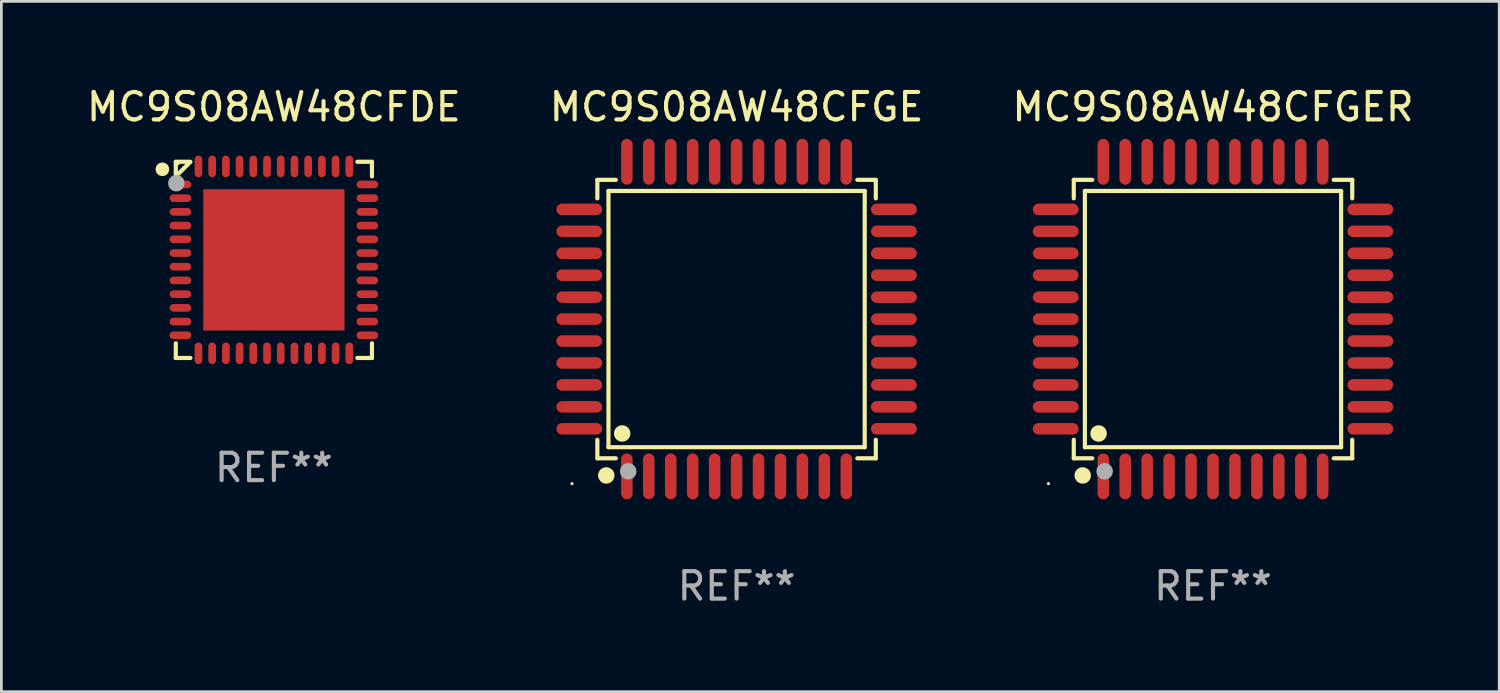
<source format=kicad_pcb>
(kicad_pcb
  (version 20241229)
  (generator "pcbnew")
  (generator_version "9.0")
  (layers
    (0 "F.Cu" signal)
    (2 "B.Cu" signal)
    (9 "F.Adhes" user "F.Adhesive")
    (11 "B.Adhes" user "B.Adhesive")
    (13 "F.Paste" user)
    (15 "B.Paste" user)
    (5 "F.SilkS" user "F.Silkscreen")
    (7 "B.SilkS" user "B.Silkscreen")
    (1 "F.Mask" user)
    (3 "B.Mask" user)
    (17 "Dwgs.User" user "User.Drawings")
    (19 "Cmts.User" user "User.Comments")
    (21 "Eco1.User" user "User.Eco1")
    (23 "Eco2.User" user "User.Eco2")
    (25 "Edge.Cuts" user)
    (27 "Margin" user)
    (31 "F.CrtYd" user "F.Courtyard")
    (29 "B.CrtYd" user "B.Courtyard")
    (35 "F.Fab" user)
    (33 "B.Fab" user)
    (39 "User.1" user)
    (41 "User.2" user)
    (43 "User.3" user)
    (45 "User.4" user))
  (footprint "MC9S08AW48CFGE"
    (layer "F.Cu")
    (at 23.804 8.583)
    (property "Reference" "MC9S08AW48CFGE" (at 0 -7.735 0) (layer "F.SilkS") (effects (font (size 1 1) (thickness 0.15))))
    (attr through_hole)
    (fp_line (start -5.076 -5.076) (end -4.401 -5.076) (stroke (width 0.152) (type solid)) (layer "F.SilkS"))
    (fp_line (start -5.076 -4.401) (end -5.076 -5.076) (stroke (width 0.152) (type solid)) (layer "F.SilkS"))
    (fp_line (start -5.076 4.401) (end -5.076 5.076) (stroke (width 0.152) (type solid)) (layer "F.SilkS"))
    (fp_line (start -5.076 5.076) (end -4.401 5.076) (stroke (width 0.152) (type solid)) (layer "F.SilkS"))
    (fp_line (start -4.671 -4.671) (end 4.671 -4.671) (stroke (width 0.152) (type solid)) (layer "F.SilkS"))
    (fp_line (start -4.671 4.671) (end -4.671 -4.671) (stroke (width 0.152) (type solid)) (layer "F.SilkS"))
    (fp_line (start 4.671 -4.671) (end 4.671 4.671) (stroke (width 0.152) (type solid)) (layer "F.SilkS"))
    (fp_line (start 4.671 4.671) (end -4.671 4.671) (stroke (width 0.152) (type solid)) (layer "F.SilkS"))
    (fp_line (start 5.076 -5.076) (end 4.401 -5.076) (stroke (width 0.152) (type solid)) (layer "F.SilkS"))
    (fp_line (start 5.076 -4.401) (end 5.076 -5.076) (stroke (width 0.152) (type solid)) (layer "F.SilkS"))
    (fp_line (start 5.076 4.401) (end 5.076 5.076) (stroke (width 0.152) (type solid)) (layer "F.SilkS"))
    (fp_line (start 5.076 5.076) (end 4.401 5.076) (stroke (width 0.152) (type solid)) (layer "F.SilkS"))
    (fp_circle (center -6 6) (end -5.97 6) (stroke (width 0.06) (type solid)) (fill no) (layer "F.SilkS"))
    (fp_circle (center -4.75 5.7) (end -4.6 5.7) (stroke (width 0.3) (type solid)) (fill no) (layer "F.SilkS"))
    (fp_circle (center -4.171 4.171) (end -4.021 4.171) (stroke (width 0.3) (type solid)) (fill no) (layer "F.SilkS"))
    (fp_circle (center -3.95 5.55) (end -3.8 5.55) (stroke (width 0.3) (type solid)) (fill no) (layer "F.Fab"))
    (fp_text user "REF**" (at 0 9.735 0) (layer "F.Fab") (effects (font (size 1 1) (thickness 0.15))))
    (pad "1" smd oval (at -4 5.735) (size 0.42 1.67) (layers "F.Cu" "F.Mask" "F.Paste"))
    (pad "2" smd oval (at -3.2 5.735) (size 0.42 1.67) (layers "F.Cu" "F.Mask" "F.Paste"))
    (pad "3" smd oval (at -2.4 5.735) (size 0.42 1.67) (layers "F.Cu" "F.Mask" "F.Paste"))
    (pad "4" smd oval (at -1.6 5.735) (size 0.42 1.67) (layers "F.Cu" "F.Mask" "F.Paste"))
    (pad "5" smd oval (at -0.8 5.735) (size 0.42 1.67) (layers "F.Cu" "F.Mask" "F.Paste"))
    (pad "6" smd oval (at 0 5.735) (size 0.42 1.67) (layers "F.Cu" "F.Mask" "F.Paste"))
    (pad "7" smd oval (at 0.8 5.735) (size 0.42 1.67) (layers "F.Cu" "F.Mask" "F.Paste"))
    (pad "8" smd oval (at 1.6 5.735) (size 0.42 1.67) (layers "F.Cu" "F.Mask" "F.Paste"))
    (pad "9" smd oval (at 2.4 5.735) (size 0.42 1.67) (layers "F.Cu" "F.Mask" "F.Paste"))
    (pad "10" smd oval (at 3.2 5.735) (size 0.42 1.67) (layers "F.Cu" "F.Mask" "F.Paste"))
    (pad "11" smd oval (at 4 5.735) (size 0.42 1.67) (layers "F.Cu" "F.Mask" "F.Paste"))
    (pad "12" smd oval (at 5.735 4) (size 1.67 0.42) (layers "F.Cu" "F.Mask" "F.Paste"))
    (pad "13" smd oval (at 5.735 3.2) (size 1.67 0.42) (layers "F.Cu" "F.Mask" "F.Paste"))
    (pad "14" smd oval (at 5.735 2.4) (size 1.67 0.42) (layers "F.Cu" "F.Mask" "F.Paste"))
    (pad "15" smd oval (at 5.735 1.6) (size 1.67 0.42) (layers "F.Cu" "F.Mask" "F.Paste"))
    (pad "16" smd oval (at 5.735 0.8) (size 1.67 0.42) (layers "F.Cu" "F.Mask" "F.Paste"))
    (pad "17" smd oval (at 5.735 0) (size 1.67 0.42) (layers "F.Cu" "F.Mask" "F.Paste"))
    (pad "18" smd oval (at 5.735 -0.8) (size 1.67 0.42) (layers "F.Cu" "F.Mask" "F.Paste"))
    (pad "19" smd oval (at 5.735 -1.6) (size 1.67 0.42) (layers "F.Cu" "F.Mask" "F.Paste"))
    (pad "20" smd oval (at 5.735 -2.4) (size 1.67 0.42) (layers "F.Cu" "F.Mask" "F.Paste"))
    (pad "21" smd oval (at 5.735 -3.2) (size 1.67 0.42) (layers "F.Cu" "F.Mask" "F.Paste"))
    (pad "22" smd oval (at 5.735 -4) (size 1.67 0.42) (layers "F.Cu" "F.Mask" "F.Paste"))
    (pad "23" smd oval (at 4 -5.735) (size 0.42 1.67) (layers "F.Cu" "F.Mask" "F.Paste"))
    (pad "24" smd oval (at 3.2 -5.735) (size 0.42 1.67) (layers "F.Cu" "F.Mask" "F.Paste"))
    (pad "25" smd oval (at 2.4 -5.735) (size 0.42 1.67) (layers "F.Cu" "F.Mask" "F.Paste"))
    (pad "26" smd oval (at 1.6 -5.735) (size 0.42 1.67) (layers "F.Cu" "F.Mask" "F.Paste"))
    (pad "27" smd oval (at 0.8 -5.735) (size 0.42 1.67) (layers "F.Cu" "F.Mask" "F.Paste"))
    (pad "28" smd oval (at 0 -5.735) (size 0.42 1.67) (layers "F.Cu" "F.Mask" "F.Paste"))
    (pad "29" smd oval (at -0.8 -5.735) (size 0.42 1.67) (layers "F.Cu" "F.Mask" "F.Paste"))
    (pad "30" smd oval (at -1.6 -5.735) (size 0.42 1.67) (layers "F.Cu" "F.Mask" "F.Paste"))
    (pad "31" smd oval (at -2.4 -5.735) (size 0.42 1.67) (layers "F.Cu" "F.Mask" "F.Paste"))
    (pad "32" smd oval (at -3.2 -5.735) (size 0.42 1.67) (layers "F.Cu" "F.Mask" "F.Paste"))
    (pad "33" smd oval (at -4 -5.735) (size 0.42 1.67) (layers "F.Cu" "F.Mask" "F.Paste"))
    (pad "34" smd oval (at -5.735 -4) (size 1.67 0.42) (layers "F.Cu" "F.Mask" "F.Paste"))
    (pad "35" smd oval (at -5.735 -3.2) (size 1.67 0.42) (layers "F.Cu" "F.Mask" "F.Paste"))
    (pad "36" smd oval (at -5.735 -2.4) (size 1.67 0.42) (layers "F.Cu" "F.Mask" "F.Paste"))
    (pad "37" smd oval (at -5.735 -1.6) (size 1.67 0.42) (layers "F.Cu" "F.Mask" "F.Paste"))
    (pad "38" smd oval (at -5.735 -0.8) (size 1.67 0.42) (layers "F.Cu" "F.Mask" "F.Paste"))
    (pad "39" smd oval (at -5.735 0) (size 1.67 0.42) (layers "F.Cu" "F.Mask" "F.Paste"))
    (pad "40" smd oval (at -5.735 0.8) (size 1.67 0.42) (layers "F.Cu" "F.Mask" "F.Paste"))
    (pad "41" smd oval (at -5.735 1.6) (size 1.67 0.42) (layers "F.Cu" "F.Mask" "F.Paste"))
    (pad "42" smd oval (at -5.735 2.4) (size 1.67 0.42) (layers "F.Cu" "F.Mask" "F.Paste"))
    (pad "43" smd oval (at -5.735 3.2) (size 1.67 0.42) (layers "F.Cu" "F.Mask" "F.Paste"))
    (pad "44" smd oval (at -5.735 4) (size 1.67 0.42) (layers "F.Cu" "F.Mask" "F.Paste")))
  (footprint "MC9S08AW48CFGER"
    (layer "F.Cu")
    (at 41.173 8.583)
    (property "Reference" "MC9S08AW48CFGER" (at 0 -7.735 0) (layer "F.SilkS") (effects (font (size 1 1) (thickness 0.15))))
    (attr through_hole)
    (fp_line (start -5.076 -5.076) (end -4.401 -5.076) (stroke (width 0.152) (type solid)) (layer "F.SilkS"))
    (fp_line (start -5.076 -4.401) (end -5.076 -5.076) (stroke (width 0.152) (type solid)) (layer "F.SilkS"))
    (fp_line (start -5.076 4.401) (end -5.076 5.076) (stroke (width 0.152) (type solid)) (layer "F.SilkS"))
    (fp_line (start -5.076 5.076) (end -4.401 5.076) (stroke (width 0.152) (type solid)) (layer "F.SilkS"))
    (fp_line (start -4.671 -4.671) (end 4.671 -4.671) (stroke (width 0.152) (type solid)) (layer "F.SilkS"))
    (fp_line (start -4.671 4.671) (end -4.671 -4.671) (stroke (width 0.152) (type solid)) (layer "F.SilkS"))
    (fp_line (start 4.671 -4.671) (end 4.671 4.671) (stroke (width 0.152) (type solid)) (layer "F.SilkS"))
    (fp_line (start 4.671 4.671) (end -4.671 4.671) (stroke (width 0.152) (type solid)) (layer "F.SilkS"))
    (fp_line (start 5.076 -5.076) (end 4.401 -5.076) (stroke (width 0.152) (type solid)) (layer "F.SilkS"))
    (fp_line (start 5.076 -4.401) (end 5.076 -5.076) (stroke (width 0.152) (type solid)) (layer "F.SilkS"))
    (fp_line (start 5.076 4.401) (end 5.076 5.076) (stroke (width 0.152) (type solid)) (layer "F.SilkS"))
    (fp_line (start 5.076 5.076) (end 4.401 5.076) (stroke (width 0.152) (type solid)) (layer "F.SilkS"))
    (fp_circle (center -6 6) (end -5.97 6) (stroke (width 0.06) (type solid)) (fill no) (layer "F.SilkS"))
    (fp_circle (center -4.75 5.7) (end -4.6 5.7) (stroke (width 0.3) (type solid)) (fill no) (layer "F.SilkS"))
    (fp_circle (center -4.171 4.171) (end -4.021 4.171) (stroke (width 0.3) (type solid)) (fill no) (layer "F.SilkS"))
    (fp_circle (center -3.95 5.55) (end -3.8 5.55) (stroke (width 0.3) (type solid)) (fill no) (layer "F.Fab"))
    (fp_text user "REF**" (at 0 9.735 0) (layer "F.Fab") (effects (font (size 1 1) (thickness 0.15))))
    (pad "1" smd oval (at -4 5.735) (size 0.42 1.67) (layers "F.Cu" "F.Mask" "F.Paste"))
    (pad "2" smd oval (at -3.2 5.735) (size 0.42 1.67) (layers "F.Cu" "F.Mask" "F.Paste"))
    (pad "3" smd oval (at -2.4 5.735) (size 0.42 1.67) (layers "F.Cu" "F.Mask" "F.Paste"))
    (pad "4" smd oval (at -1.6 5.735) (size 0.42 1.67) (layers "F.Cu" "F.Mask" "F.Paste"))
    (pad "5" smd oval (at -0.8 5.735) (size 0.42 1.67) (layers "F.Cu" "F.Mask" "F.Paste"))
    (pad "6" smd oval (at 0 5.735) (size 0.42 1.67) (layers "F.Cu" "F.Mask" "F.Paste"))
    (pad "7" smd oval (at 0.8 5.735) (size 0.42 1.67) (layers "F.Cu" "F.Mask" "F.Paste"))
    (pad "8" smd oval (at 1.6 5.735) (size 0.42 1.67) (layers "F.Cu" "F.Mask" "F.Paste"))
    (pad "9" smd oval (at 2.4 5.735) (size 0.42 1.67) (layers "F.Cu" "F.Mask" "F.Paste"))
    (pad "10" smd oval (at 3.2 5.735) (size 0.42 1.67) (layers "F.Cu" "F.Mask" "F.Paste"))
    (pad "11" smd oval (at 4 5.735) (size 0.42 1.67) (layers "F.Cu" "F.Mask" "F.Paste"))
    (pad "12" smd oval (at 5.735 4) (size 1.67 0.42) (layers "F.Cu" "F.Mask" "F.Paste"))
    (pad "13" smd oval (at 5.735 3.2) (size 1.67 0.42) (layers "F.Cu" "F.Mask" "F.Paste"))
    (pad "14" smd oval (at 5.735 2.4) (size 1.67 0.42) (layers "F.Cu" "F.Mask" "F.Paste"))
    (pad "15" smd oval (at 5.735 1.6) (size 1.67 0.42) (layers "F.Cu" "F.Mask" "F.Paste"))
    (pad "16" smd oval (at 5.735 0.8) (size 1.67 0.42) (layers "F.Cu" "F.Mask" "F.Paste"))
    (pad "17" smd oval (at 5.735 0) (size 1.67 0.42) (layers "F.Cu" "F.Mask" "F.Paste"))
    (pad "18" smd oval (at 5.735 -0.8) (size 1.67 0.42) (layers "F.Cu" "F.Mask" "F.Paste"))
    (pad "19" smd oval (at 5.735 -1.6) (size 1.67 0.42) (layers "F.Cu" "F.Mask" "F.Paste"))
    (pad "20" smd oval (at 5.735 -2.4) (size 1.67 0.42) (layers "F.Cu" "F.Mask" "F.Paste"))
    (pad "21" smd oval (at 5.735 -3.2) (size 1.67 0.42) (layers "F.Cu" "F.Mask" "F.Paste"))
    (pad "22" smd oval (at 5.735 -4) (size 1.67 0.42) (layers "F.Cu" "F.Mask" "F.Paste"))
    (pad "23" smd oval (at 4 -5.735) (size 0.42 1.67) (layers "F.Cu" "F.Mask" "F.Paste"))
    (pad "24" smd oval (at 3.2 -5.735) (size 0.42 1.67) (layers "F.Cu" "F.Mask" "F.Paste"))
    (pad "25" smd oval (at 2.4 -5.735) (size 0.42 1.67) (layers "F.Cu" "F.Mask" "F.Paste"))
    (pad "26" smd oval (at 1.6 -5.735) (size 0.42 1.67) (layers "F.Cu" "F.Mask" "F.Paste"))
    (pad "27" smd oval (at 0.8 -5.735) (size 0.42 1.67) (layers "F.Cu" "F.Mask" "F.Paste"))
    (pad "28" smd oval (at 0 -5.735) (size 0.42 1.67) (layers "F.Cu" "F.Mask" "F.Paste"))
    (pad "29" smd oval (at -0.8 -5.735) (size 0.42 1.67) (layers "F.Cu" "F.Mask" "F.Paste"))
    (pad "30" smd oval (at -1.6 -5.735) (size 0.42 1.67) (layers "F.Cu" "F.Mask" "F.Paste"))
    (pad "31" smd oval (at -2.4 -5.735) (size 0.42 1.67) (layers "F.Cu" "F.Mask" "F.Paste"))
    (pad "32" smd oval (at -3.2 -5.735) (size 0.42 1.67) (layers "F.Cu" "F.Mask" "F.Paste"))
    (pad "33" smd oval (at -4 -5.735) (size 0.42 1.67) (layers "F.Cu" "F.Mask" "F.Paste"))
    (pad "34" smd oval (at -5.735 -4) (size 1.67 0.42) (layers "F.Cu" "F.Mask" "F.Paste"))
    (pad "35" smd oval (at -5.735 -3.2) (size 1.67 0.42) (layers "F.Cu" "F.Mask" "F.Paste"))
    (pad "36" smd oval (at -5.735 -2.4) (size 1.67 0.42) (layers "F.Cu" "F.Mask" "F.Paste"))
    (pad "37" smd oval (at -5.735 -1.6) (size 1.67 0.42) (layers "F.Cu" "F.Mask" "F.Paste"))
    (pad "38" smd oval (at -5.735 -0.8) (size 1.67 0.42) (layers "F.Cu" "F.Mask" "F.Paste"))
    (pad "39" smd oval (at -5.735 0) (size 1.67 0.42) (layers "F.Cu" "F.Mask" "F.Paste"))
    (pad "40" smd oval (at -5.735 0.8) (size 1.67 0.42) (layers "F.Cu" "F.Mask" "F.Paste"))
    (pad "41" smd oval (at -5.735 1.6) (size 1.67 0.42) (layers "F.Cu" "F.Mask" "F.Paste"))
    (pad "42" smd oval (at -5.735 2.4) (size 1.67 0.42) (layers "F.Cu" "F.Mask" "F.Paste"))
    (pad "43" smd oval (at -5.735 3.2) (size 1.67 0.42) (layers "F.Cu" "F.Mask" "F.Paste"))
    (pad "44" smd oval (at -5.735 4) (size 1.67 0.42) (layers "F.Cu" "F.Mask" "F.Paste")))
  (footprint "MC9S08AW48CFDE"
    (layer "F.Cu")
    (at 6.935 6.424)
    (property "Reference" "MC9S08AW48CFDE" (at 0 -5.576 0) (layer "F.SilkS") (effects (font (size 1 1) (thickness 0.15))))
    (attr through_hole)
    (fp_line (start -3.576 -3.576) (end -3.042 -3.576) (stroke (width 0.152) (type solid)) (layer "F.SilkS"))
    (fp_line (start -3.576 -3.042) (end -3.576 -3.576) (stroke (width 0.152) (type solid)) (layer "F.SilkS"))
    (fp_line (start -3.576 3.042) (end -3.576 3.576) (stroke (width 0.152) (type solid)) (layer "F.SilkS"))
    (fp_line (start -3.576 3.576) (end -3.042 3.576) (stroke (width 0.152) (type solid)) (layer "F.SilkS"))
    (fp_line (start -3.069 -3.549) (end -3.549 -3.069) (stroke (width 0.152) (type solid)) (layer "F.SilkS"))
    (fp_line (start 3.576 -3.576) (end 3.042 -3.576) (stroke (width 0.152) (type solid)) (layer "F.SilkS"))
    (fp_line (start 3.576 -3.042) (end 3.576 -3.576) (stroke (width 0.152) (type solid)) (layer "F.SilkS"))
    (fp_line (start 3.576 3.042) (end 3.576 3.576) (stroke (width 0.152) (type solid)) (layer "F.SilkS"))
    (fp_line (start 3.576 3.576) (end 3.042 3.576) (stroke (width 0.152) (type solid)) (layer "F.SilkS"))
    (fp_circle (center -4.064 -3.302) (end -3.939 -3.302) (stroke (width 0.25) (type solid)) (fill no) (layer "F.SilkS"))
    (fp_circle (center -3.5 -3.5) (end -3.47 -3.5) (stroke (width 0.06) (type solid)) (fill no) (layer "F.SilkS"))
    (fp_circle (center -3.556 -2.794) (end -3.406 -2.794) (stroke (width 0.3) (type solid)) (fill no) (layer "F.Fab"))
    (fp_text user "REF**" (at 0 7.576 0) (layer "F.Fab") (effects (font (size 1 1) (thickness 0.15))))
    (pad "1" smd oval (at -3.407 -2.75) (size 0.79 0.28) (layers "F.Cu" "F.Mask" "F.Paste"))
    (pad "2" smd oval (at -3.407 -2.25) (size 0.79 0.28) (layers "F.Cu" "F.Mask" "F.Paste"))
    (pad "3" smd oval (at -3.407 -1.75) (size 0.79 0.28) (layers "F.Cu" "F.Mask" "F.Paste"))
    (pad "4" smd oval (at -3.407 -1.25) (size 0.79 0.28) (layers "F.Cu" "F.Mask" "F.Paste"))
    (pad "5" smd oval (at -3.407 -0.75) (size 0.79 0.28) (layers "F.Cu" "F.Mask" "F.Paste"))
    (pad "6" smd oval (at -3.407 -0.25) (size 0.79 0.28) (layers "F.Cu" "F.Mask" "F.Paste"))
    (pad "7" smd oval (at -3.407 0.25) (size 0.79 0.28) (layers "F.Cu" "F.Mask" "F.Paste"))
    (pad "8" smd oval (at -3.407 0.75) (size 0.79 0.28) (layers "F.Cu" "F.Mask" "F.Paste"))
    (pad "9" smd oval (at -3.407 1.25) (size 0.79 0.28) (layers "F.Cu" "F.Mask" "F.Paste"))
    (pad "10" smd oval (at -3.407 1.75) (size 0.79 0.28) (layers "F.Cu" "F.Mask" "F.Paste"))
    (pad "11" smd oval (at -3.407 2.25) (size 0.79 0.28) (layers "F.Cu" "F.Mask" "F.Paste"))
    (pad "12" smd oval (at -3.407 2.75) (size 0.79 0.28) (layers "F.Cu" "F.Mask" "F.Paste"))
    (pad "13" smd oval (at -2.75 3.407) (size 0.28 0.79) (layers "F.Cu" "F.Mask" "F.Paste"))
    (pad "14" smd oval (at -2.25 3.407) (size 0.28 0.79) (layers "F.Cu" "F.Mask" "F.Paste"))
    (pad "15" smd oval (at -1.75 3.407) (size 0.28 0.79) (layers "F.Cu" "F.Mask" "F.Paste"))
    (pad "16" smd oval (at -1.25 3.407) (size 0.28 0.79) (layers "F.Cu" "F.Mask" "F.Paste"))
    (pad "17" smd oval (at -0.75 3.407) (size 0.28 0.79) (layers "F.Cu" "F.Mask" "F.Paste"))
    (pad "18" smd oval (at -0.25 3.407) (size 0.28 0.79) (layers "F.Cu" "F.Mask" "F.Paste"))
    (pad "19" smd oval (at 0.25 3.407) (size 0.28 0.79) (layers "F.Cu" "F.Mask" "F.Paste"))
    (pad "20" smd oval (at 0.75 3.407) (size 0.28 0.79) (layers "F.Cu" "F.Mask" "F.Paste"))
    (pad "21" smd oval (at 1.25 3.407) (size 0.28 0.79) (layers "F.Cu" "F.Mask" "F.Paste"))
    (pad "22" smd oval (at 1.75 3.407) (size 0.28 0.79) (layers "F.Cu" "F.Mask" "F.Paste"))
    (pad "23" smd oval (at 2.25 3.407) (size 0.28 0.79) (layers "F.Cu" "F.Mask" "F.Paste"))
    (pad "24" smd oval (at 2.75 3.407) (size 0.28 0.79) (layers "F.Cu" "F.Mask" "F.Paste"))
    (pad "25" smd oval (at 3.407 2.75) (size 0.79 0.28) (layers "F.Cu" "F.Mask" "F.Paste"))
    (pad "26" smd oval (at 3.407 2.25) (size 0.79 0.28) (layers "F.Cu" "F.Mask" "F.Paste"))
    (pad "27" smd oval (at 3.407 1.75) (size 0.79 0.28) (layers "F.Cu" "F.Mask" "F.Paste"))
    (pad "28" smd oval (at 3.407 1.25) (size 0.79 0.28) (layers "F.Cu" "F.Mask" "F.Paste"))
    (pad "29" smd oval (at 3.407 0.75) (size 0.79 0.28) (layers "F.Cu" "F.Mask" "F.Paste"))
    (pad "30" smd oval (at 3.407 0.25) (size 0.79 0.28) (layers "F.Cu" "F.Mask" "F.Paste"))
    (pad "31" smd oval (at 3.407 -0.25) (size 0.79 0.28) (layers "F.Cu" "F.Mask" "F.Paste"))
    (pad "32" smd oval (at 3.407 -0.75) (size 0.79 0.28) (layers "F.Cu" "F.Mask" "F.Paste"))
    (pad "33" smd oval (at 3.407 -1.25) (size 0.79 0.28) (layers "F.Cu" "F.Mask" "F.Paste"))
    (pad "34" smd oval (at 3.407 -1.75) (size 0.79 0.28) (layers "F.Cu" "F.Mask" "F.Paste"))
    (pad "35" smd oval (at 3.407 -2.25) (size 0.79 0.28) (layers "F.Cu" "F.Mask" "F.Paste"))
    (pad "36" smd oval (at 3.407 -2.75) (size 0.79 0.28) (layers "F.Cu" "F.Mask" "F.Paste"))
    (pad "37" smd oval (at 2.75 -3.407) (size 0.28 0.79) (layers "F.Cu" "F.Mask" "F.Paste"))
    (pad "38" smd oval (at 2.25 -3.407) (size 0.28 0.79) (layers "F.Cu" "F.Mask" "F.Paste"))
    (pad "39" smd oval (at 1.75 -3.407) (size 0.28 0.79) (layers "F.Cu" "F.Mask" "F.Paste"))
    (pad "40" smd oval (at 1.25 -3.407) (size 0.28 0.79) (layers "F.Cu" "F.Mask" "F.Paste"))
    (pad "41" smd oval (at 0.75 -3.407) (size 0.28 0.79) (layers "F.Cu" "F.Mask" "F.Paste"))
    (pad "42" smd oval (at 0.25 -3.407) (size 0.28 0.79) (layers "F.Cu" "F.Mask" "F.Paste"))
    (pad "43" smd oval (at -0.25 -3.407) (size 0.28 0.79) (layers "F.Cu" "F.Mask" "F.Paste"))
    (pad "44" smd oval (at -0.75 -3.407) (size 0.28 0.79) (layers "F.Cu" "F.Mask" "F.Paste"))
    (pad "45" smd oval (at -1.25 -3.407) (size 0.28 0.79) (layers "F.Cu" "F.Mask" "F.Paste"))
    (pad "46" smd oval (at -1.75 -3.407) (size 0.28 0.79) (layers "F.Cu" "F.Mask" "F.Paste"))
    (pad "47" smd oval (at -2.25 -3.407) (size 0.28 0.79) (layers "F.Cu" "F.Mask" "F.Paste"))
    (pad "48" smd oval (at -2.75 -3.407) (size 0.28 0.79) (layers "F.Cu" "F.Mask" "F.Paste"))
    (pad "49" smd rect (at 0 0) (size 5.15 5.15) (layers "F.Cu" "F.Mask" "F.Paste")))
  (gr_rect
    (start -3 -3)
    (end 51.607 22.167)
    (stroke (width 0.1) (type default))
    (fill no)
    (layer "Edge.Cuts")))
</source>
